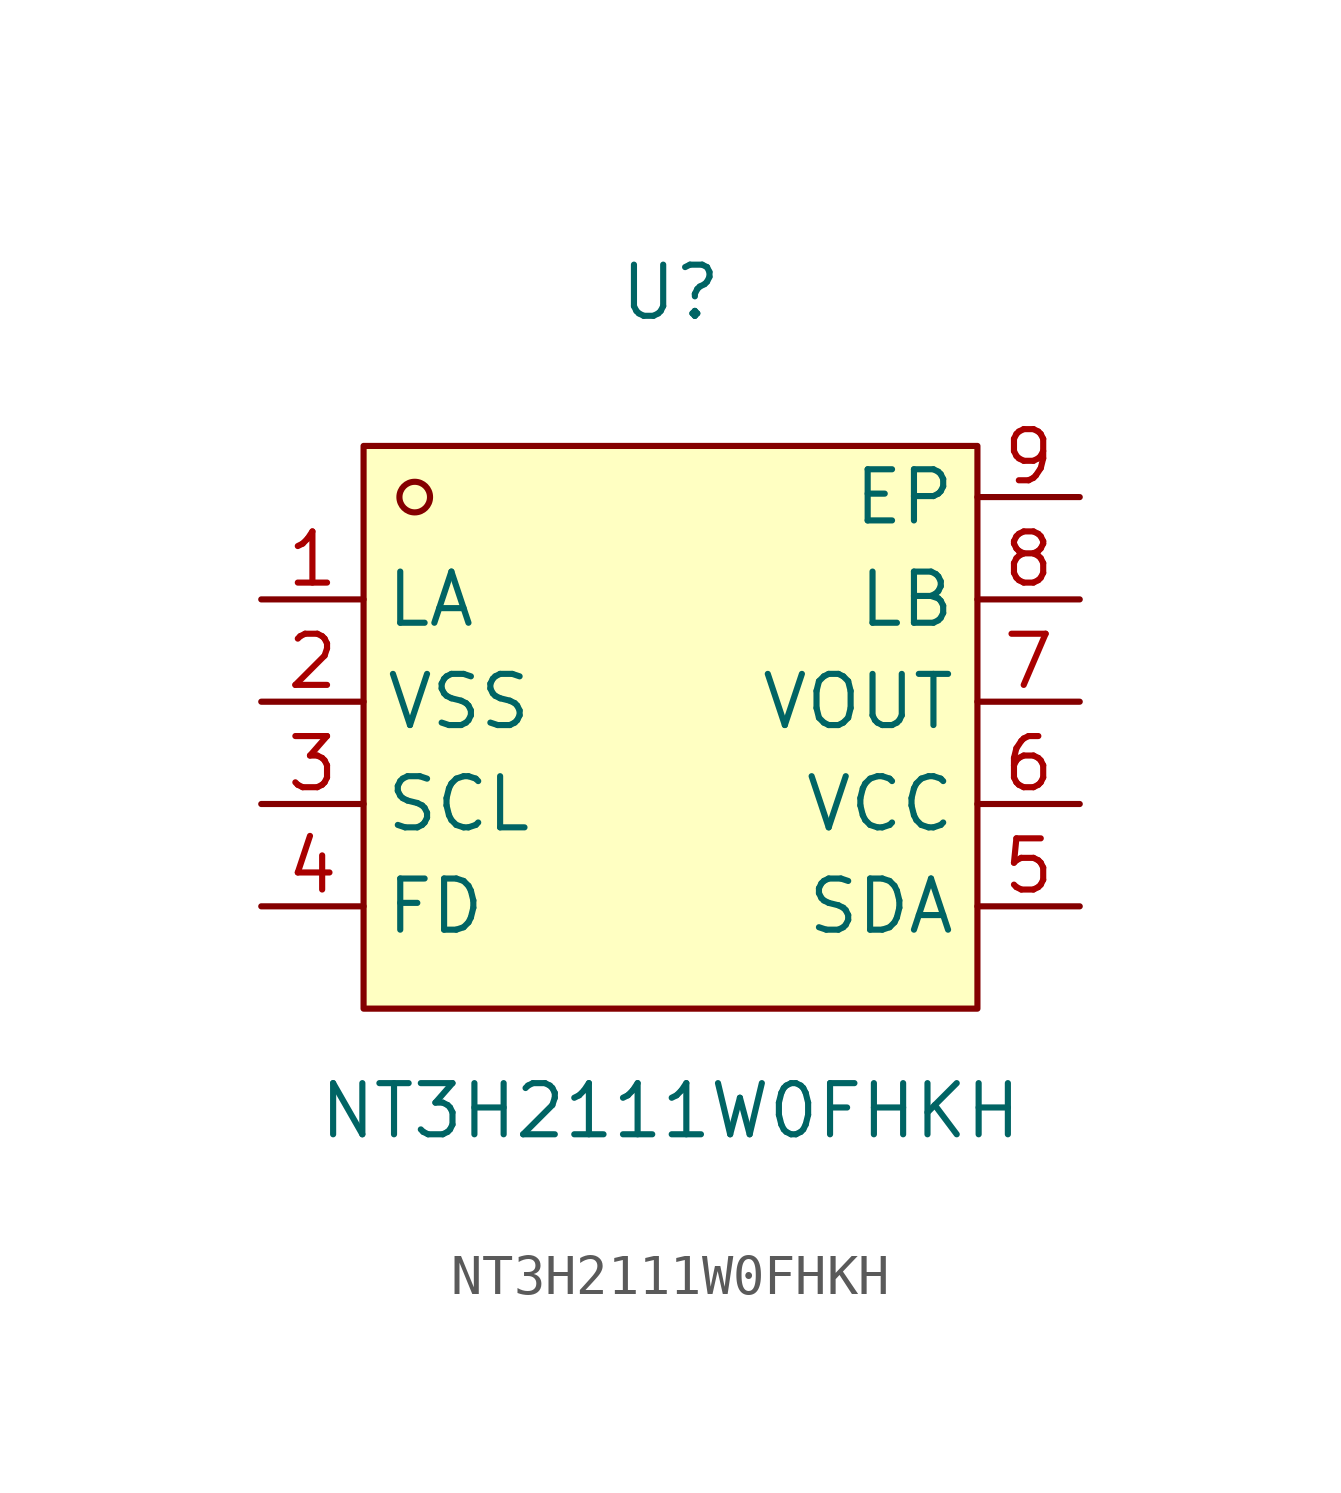
<source format=kicad_sym>
(kicad_symbol_lib
  (version 20211014)
  (generator https://github.com/uPesy/easyeda2kicad.py)
  (symbol "NT3H2111W0FHKH"
    (property "Reference" "U"
      (at 0 11.43 0)
      (effects (font (size 1.27 1.27))))
    (property "Value" "NT3H2111W0FHKH"
      (at 0 -8.89 0)
      (effects (font (size 1.27 1.27))))
    (symbol "NT3H2111W0FHKH_0_1"
      (rectangle (start -7.62 7.62) (end 7.62 -6.35) (stroke (width 0) (type default) (color 0 0 0 0)) (fill (type background)))
      (circle (center -6.35 6.35) (radius 0.38) (stroke (width 0) (type default) (color 0 0 0 0)) (fill (type none)))
      (pin unspecified line (at 10.16 6.35 180) (length 2.54) (name "EP" (effects (font (size 1.27 1.27)))) (number "9" (effects (font (size 1.27 1.27)))))
      (pin unspecified line (at 10.16 3.81 180) (length 2.54) (name "LB" (effects (font (size 1.27 1.27)))) (number "8" (effects (font (size 1.27 1.27)))))
      (pin unspecified line (at 10.16 1.27 180) (length 2.54) (name "VOUT" (effects (font (size 1.27 1.27)))) (number "7" (effects (font (size 1.27 1.27)))))
      (pin unspecified line (at 10.16 -1.27 180) (length 2.54) (name "VCC" (effects (font (size 1.27 1.27)))) (number "6" (effects (font (size 1.27 1.27)))))
      (pin unspecified line (at 10.16 -3.81 180) (length 2.54) (name "SDA" (effects (font (size 1.27 1.27)))) (number "5" (effects (font (size 1.27 1.27)))))
      (pin unspecified line (at -10.16 -3.81 0) (length 2.54) (name "FD" (effects (font (size 1.27 1.27)))) (number "4" (effects (font (size 1.27 1.27)))))
      (pin unspecified line (at -10.16 -1.27 0) (length 2.54) (name "SCL" (effects (font (size 1.27 1.27)))) (number "3" (effects (font (size 1.27 1.27)))))
      (pin unspecified line (at -10.16 1.27 0) (length 2.54) (name "VSS" (effects (font (size 1.27 1.27)))) (number "2" (effects (font (size 1.27 1.27)))))
      (pin unspecified line (at -10.16 3.81 0) (length 2.54) (name "LA" (effects (font (size 1.27 1.27)))) (number "1" (effects (font (size 1.27 1.27))))))))
</source>
